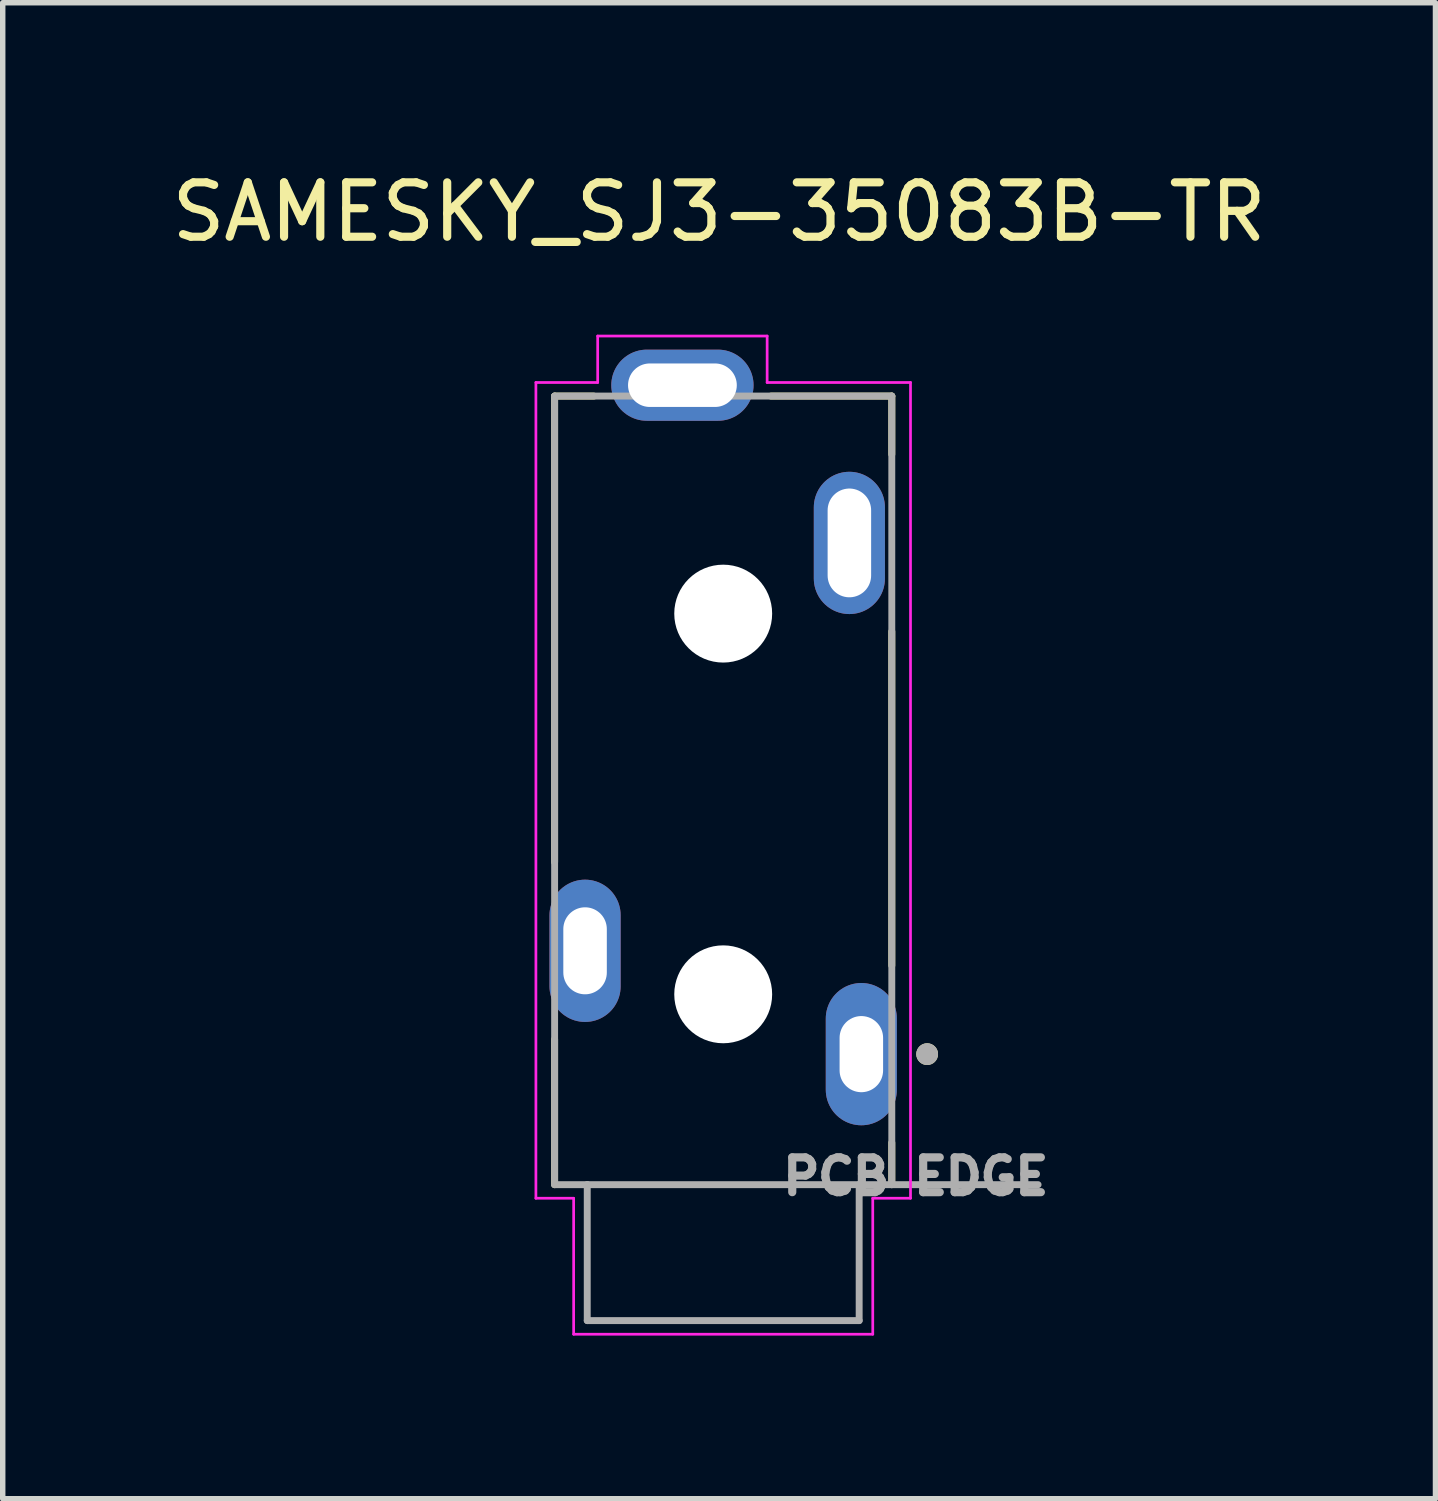
<source format=kicad_pcb>
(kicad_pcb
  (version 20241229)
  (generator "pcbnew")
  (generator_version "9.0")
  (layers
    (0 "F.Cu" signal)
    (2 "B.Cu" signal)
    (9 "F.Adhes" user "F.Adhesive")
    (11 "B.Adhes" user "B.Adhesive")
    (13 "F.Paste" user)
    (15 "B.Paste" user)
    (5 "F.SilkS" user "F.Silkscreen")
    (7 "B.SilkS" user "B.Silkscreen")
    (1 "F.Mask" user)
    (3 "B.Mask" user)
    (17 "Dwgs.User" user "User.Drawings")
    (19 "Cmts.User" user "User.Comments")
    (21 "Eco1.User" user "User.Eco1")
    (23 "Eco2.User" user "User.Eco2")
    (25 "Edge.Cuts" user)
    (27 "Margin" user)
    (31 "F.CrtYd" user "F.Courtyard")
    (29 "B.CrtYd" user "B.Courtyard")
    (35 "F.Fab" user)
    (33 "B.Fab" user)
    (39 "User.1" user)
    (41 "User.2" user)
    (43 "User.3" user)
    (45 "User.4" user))
  (footprint "SAMESKY_SJ3-35083B-TR"
    (layer "F.Cu")
    (at 10.248 11.733)
    (property "Reference" "SAMESKY_SJ3-35083B-TR" (at -0.075 -10.885 0) (layer "F.SilkS") (effects (font (size 1 1) (thickness 0.15))))
    (attr through_hole)
    (fp_line (start -3.1 -7.5) (end -3.1 1.072) (stroke (width 0.127) (type solid)) (layer "F.SilkS"))
    (fp_line (start -3.1 4.328) (end -3.1 7) (stroke (width 0.127) (type solid)) (layer "F.SilkS"))
    (fp_line (start -2.378 -7.5) (end -3.1 -7.5) (stroke (width 0.127) (type solid)) (layer "F.SilkS"))
    (fp_line (start 3.1 -7.5) (end 0.878 -7.5) (stroke (width 0.127) (type solid)) (layer "F.SilkS"))
    (fp_line (start 3.1 -6.428) (end 3.1 -7.5) (stroke (width 0.127) (type solid)) (layer "F.SilkS"))
    (fp_line (start 3.1 -3.172) (end 3.1 2.972) (stroke (width 0.127) (type solid)) (layer "F.SilkS"))
    (fp_line (start 3.1 6.228) (end 3.1 7) (stroke (width 0.127) (type solid)) (layer "F.SilkS"))
    (fp_circle (center 3.75 4.6) (end 3.85 4.6) (stroke (width 0.2) (type solid)) (fill no) (layer "F.SilkS"))
    (fp_line (start -3.444 -7.75) (end -3.444 7.25) (stroke (width 0.05) (type solid)) (layer "F.CrtYd"))
    (fp_line (start -3.444 -7.75) (end -2.308 -7.75) (stroke (width 0.05) (type solid)) (layer "F.CrtYd"))
    (fp_line (start -3.444 7.25) (end -2.75 7.25) (stroke (width 0.05) (type solid)) (layer "F.CrtYd"))
    (fp_line (start -2.75 7.25) (end -2.75 9.75) (stroke (width 0.05) (type solid)) (layer "F.CrtYd"))
    (fp_line (start -2.308 -8.604) (end 0.808 -8.604) (stroke (width 0.05) (type solid)) (layer "F.CrtYd"))
    (fp_line (start -2.308 -7.75) (end -2.308 -8.604) (stroke (width 0.05) (type solid)) (layer "F.CrtYd"))
    (fp_line (start 0.808 -8.604) (end 0.808 -7.75) (stroke (width 0.05) (type solid)) (layer "F.CrtYd"))
    (fp_line (start 0.808 -7.75) (end 3.444 -7.75) (stroke (width 0.05) (type solid)) (layer "F.CrtYd"))
    (fp_line (start 2.75 7.25) (end 2.75 9.75) (stroke (width 0.05) (type solid)) (layer "F.CrtYd"))
    (fp_line (start 2.75 9.75) (end -2.75 9.75) (stroke (width 0.05) (type solid)) (layer "F.CrtYd"))
    (fp_line (start 3.444 -7.75) (end 3.444 7.25) (stroke (width 0.05) (type solid)) (layer "F.CrtYd"))
    (fp_line (start 3.444 7.25) (end 2.75 7.25) (stroke (width 0.05) (type solid)) (layer "F.CrtYd"))
    (fp_line (start -3.1 -7.5) (end 3.1 -7.5) (stroke (width 0.127) (type solid)) (layer "F.Fab"))
    (fp_line (start -3.1 7) (end -3.1 -7.5) (stroke (width 0.127) (type solid)) (layer "F.Fab"))
    (fp_line (start -2.5 7) (end -3.1 7) (stroke (width 0.127) (type solid)) (layer "F.Fab"))
    (fp_line (start -2.5 9.5) (end -2.5 7) (stroke (width 0.127) (type solid)) (layer "F.Fab"))
    (fp_line (start 2.5 7) (end -2.5 7) (stroke (width 0.127) (type solid)) (layer "F.Fab"))
    (fp_line (start 2.5 7) (end 2.5 9.5) (stroke (width 0.127) (type solid)) (layer "F.Fab"))
    (fp_line (start 2.5 9.5) (end -2.5 9.5) (stroke (width 0.127) (type solid)) (layer "F.Fab"))
    (fp_line (start 3.1 -7.5) (end 3.1 7) (stroke (width 0.127) (type solid)) (layer "F.Fab"))
    (fp_line (start 3.1 7) (end 2.5 7) (stroke (width 0.127) (type solid)) (layer "F.Fab"))
    (fp_line (start 3.1 7) (end 5.79 7) (stroke (width 0.127) (type solid)) (layer "F.Fab"))
    (fp_circle (center 3.75 4.6) (end 3.85 4.6) (stroke (width 0.2) (type solid)) (fill no) (layer "F.Fab"))
    (fp_text user "PCB EDGE" (at 3.54 6.85 0) (layer "F.Fab") (effects (font (size 0.64 0.64) (thickness 0.15))))
    (pad "" np_thru_hole circle (at 0 -3.5) (size 1.8 1.8) (drill 1.8) (layers "*.Cu" "*.Mask"))
    (pad "" np_thru_hole circle (at 0 3.5) (size 1.8 1.8) (drill 1.8) (layers "*.Cu" "*.Mask"))
    (pad "1" thru_hole oval (at 2.54 4.6) (size 1.308 2.616) (drill oval 0.8 1.4) (layers "*.Cu" "*.Mask"))
    (pad "2" thru_hole oval (at 2.32 -4.8) (size 1.308 2.616) (drill oval 0.8 2) (layers "*.Cu" "*.Mask"))
    (pad "3" thru_hole oval (at -0.75 -7.7) (size 2.616 1.308) (drill oval 2 0.8) (layers "*.Cu" "*.Mask"))
    (pad "5" thru_hole oval (at -2.54 2.7) (size 1.308 2.616) (drill oval 0.8 1.6) (layers "*.Cu" "*.Mask")))
  (gr_rect
    (start -3 -3)
    (end 23.345 24.508)
    (stroke (width 0.1) (type default))
    (fill no)
    (layer "Edge.Cuts")))
</source>
